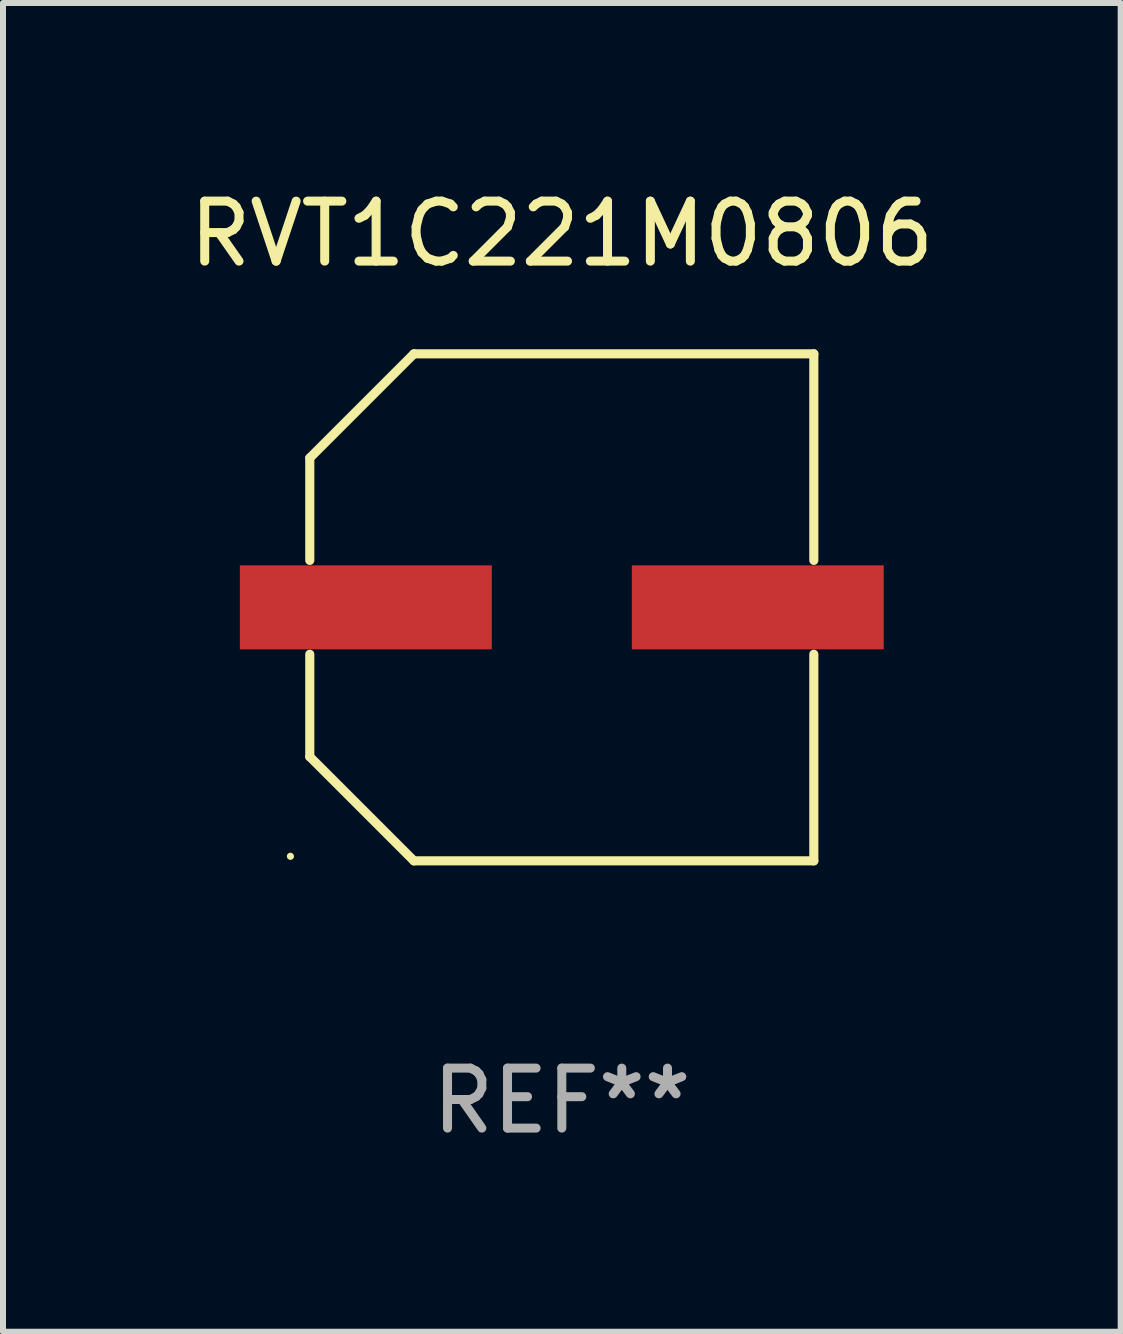
<source format=kicad_pcb>
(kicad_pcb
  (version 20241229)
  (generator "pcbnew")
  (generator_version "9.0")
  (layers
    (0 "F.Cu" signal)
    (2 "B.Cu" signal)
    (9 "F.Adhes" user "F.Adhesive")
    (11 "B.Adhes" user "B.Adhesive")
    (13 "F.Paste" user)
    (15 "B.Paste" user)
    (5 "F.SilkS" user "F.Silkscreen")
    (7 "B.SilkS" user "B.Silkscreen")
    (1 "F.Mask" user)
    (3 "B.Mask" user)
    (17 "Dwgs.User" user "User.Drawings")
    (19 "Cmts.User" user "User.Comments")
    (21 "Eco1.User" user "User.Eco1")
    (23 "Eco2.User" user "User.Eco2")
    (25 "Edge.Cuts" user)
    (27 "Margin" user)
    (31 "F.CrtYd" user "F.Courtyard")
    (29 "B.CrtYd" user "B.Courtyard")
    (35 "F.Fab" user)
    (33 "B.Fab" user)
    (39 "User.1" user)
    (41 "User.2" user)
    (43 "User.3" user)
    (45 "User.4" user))
  (footprint "RVT1C221M0806"
    (layer "F.Cu")
    (at 6.315 7.074)
    (property "Reference" "RVT1C221M0806" (at 0 -6.226 0) (layer "F.SilkS") (effects (font (size 1 1) (thickness 0.15))))
    (attr through_hole)
    (fp_line (start -4.201 -2.49) (end -4.201 -0.782) (stroke (width 0.152) (type solid)) (layer "F.SilkS"))
    (fp_line (start -4.201 2.49) (end -4.201 0.782) (stroke (width 0.152) (type solid)) (layer "F.SilkS"))
    (fp_line (start -2.465 -4.226) (end -4.201 -2.49) (stroke (width 0.152) (type solid)) (layer "F.SilkS"))
    (fp_line (start -2.465 4.226) (end -4.201 2.49) (stroke (width 0.152) (type solid)) (layer "F.SilkS"))
    (fp_line (start 4.201 -4.226) (end -2.465 -4.226) (stroke (width 0.152) (type solid)) (layer "F.SilkS"))
    (fp_line (start 4.201 -0.782) (end 4.201 -4.226) (stroke (width 0.152) (type solid)) (layer "F.SilkS"))
    (fp_line (start 4.201 0.782) (end 4.201 4.226) (stroke (width 0.152) (type solid)) (layer "F.SilkS"))
    (fp_line (start 4.201 4.226) (end -2.465 4.226) (stroke (width 0.152) (type solid)) (layer "F.SilkS"))
    (fp_circle (center -4.524 4.15) (end -4.494 4.15) (stroke (width 0.06) (type solid)) (fill no) (layer "F.SilkS"))
    (fp_text user "REF**" (at 0 8.226 0) (layer "F.Fab") (effects (font (size 1 1) (thickness 0.15))))
    (pad "1" smd rect (at -3.267 0) (size 4.2 1.4) (layers "F.Cu" "F.Mask" "F.Paste"))
    (pad "2" smd rect (at 3.267 0) (size 4.2 1.4) (layers "F.Cu" "F.Mask" "F.Paste")))
  (gr_rect
    (start -3 -3)
    (end 15.631 19.149)
    (stroke (width 0.1) (type default))
    (fill no)
    (layer "Edge.Cuts")))
</source>
